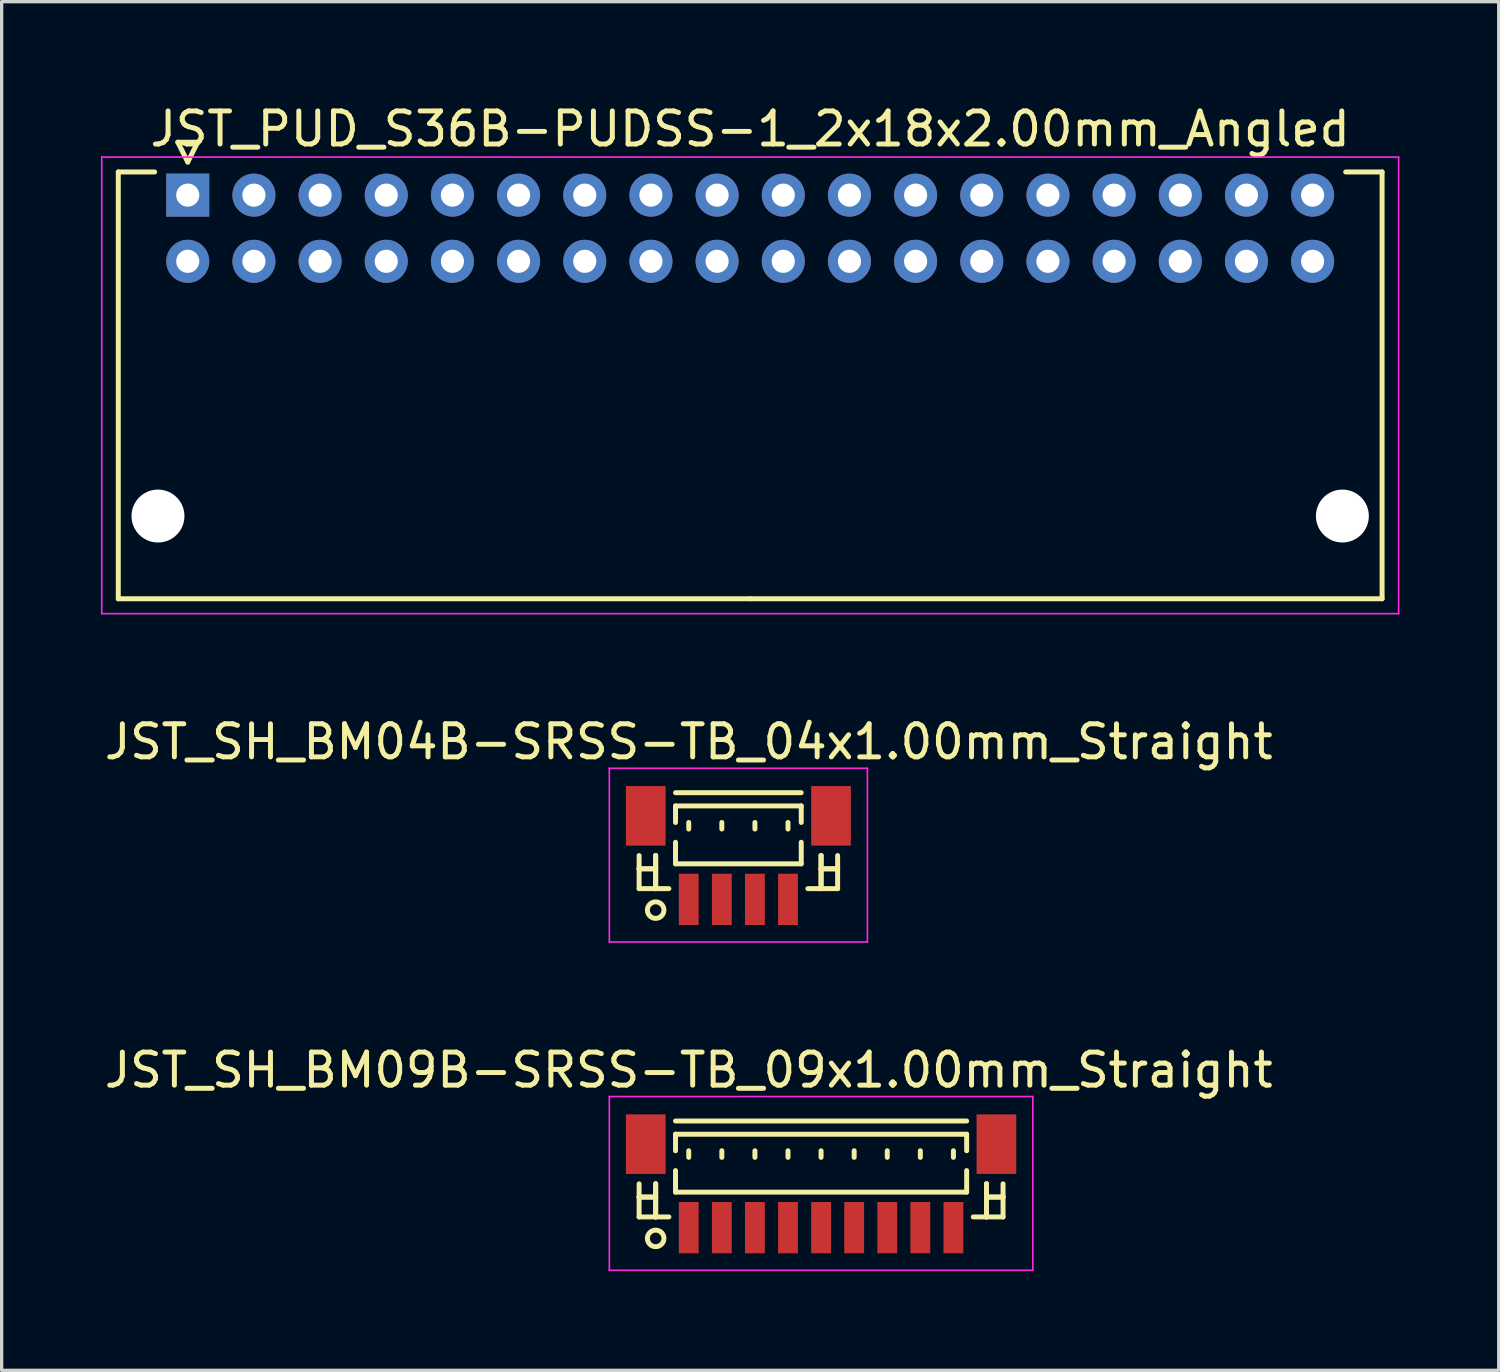
<source format=kicad_pcb>
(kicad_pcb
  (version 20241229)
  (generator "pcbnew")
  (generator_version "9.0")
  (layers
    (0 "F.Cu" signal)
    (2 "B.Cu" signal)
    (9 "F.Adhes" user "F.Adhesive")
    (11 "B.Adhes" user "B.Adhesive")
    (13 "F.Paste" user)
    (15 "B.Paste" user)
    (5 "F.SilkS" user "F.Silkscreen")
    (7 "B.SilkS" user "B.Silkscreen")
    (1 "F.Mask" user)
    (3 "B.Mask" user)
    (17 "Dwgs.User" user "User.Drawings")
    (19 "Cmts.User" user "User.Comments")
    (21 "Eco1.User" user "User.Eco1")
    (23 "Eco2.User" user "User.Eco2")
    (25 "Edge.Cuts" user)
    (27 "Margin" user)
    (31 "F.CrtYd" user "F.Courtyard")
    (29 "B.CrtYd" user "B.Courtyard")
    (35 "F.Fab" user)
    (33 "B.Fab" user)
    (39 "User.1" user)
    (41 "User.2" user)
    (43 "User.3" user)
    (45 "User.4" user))
  (footprint "JST_SH_BM04B-SRSS-TB_04x1.00mm_Straight"
    (layer "F.Cu")
    (at 19.268 22.872)
    (property "Reference" "JST_SH_BM04B-SRSS-TB_04x1.00mm_Straight" (at -1.5 -3.5 0) (layer "F.SilkS") (effects (font (size 1 1) (thickness 0.15))))
    (attr smd)
    (fp_line (start -3 -0.062) (end -3 0.938) (stroke (width 0.15) (type solid)) (layer "F.SilkS"))
    (fp_line (start -3 0.338) (end -3 0.338) (stroke (width 0.15) (type solid)) (layer "F.SilkS"))
    (fp_line (start -3 0.338) (end -2.5 0.338) (stroke (width 0.15) (type solid)) (layer "F.SilkS"))
    (fp_line (start -3 0.938) (end -2.1 0.938) (stroke (width 0.15) (type solid)) (layer "F.SilkS"))
    (fp_line (start -2.5 -0.062) (end -2.5 -0.062) (stroke (width 0.15) (type solid)) (layer "F.SilkS"))
    (fp_line (start -2.5 -0.062) (end -2.5 0.938) (stroke (width 0.15) (type solid)) (layer "F.SilkS"))
    (fp_line (start -2.5 0.338) (end -3 0.338) (stroke (width 0.15) (type solid)) (layer "F.SilkS"))
    (fp_line (start -2.5 0.338) (end -2.5 0.338) (stroke (width 0.15) (type solid)) (layer "F.SilkS"))
    (fp_line (start -2.5 0.938) (end -2.5 -0.062) (stroke (width 0.15) (type solid)) (layer "F.SilkS"))
    (fp_line (start -2.5 0.938) (end -2.5 0.938) (stroke (width 0.15) (type solid)) (layer "F.SilkS"))
    (fp_line (start -1.9 -1.962) (end 1.9 -1.962) (stroke (width 0.15) (type solid)) (layer "F.SilkS"))
    (fp_line (start -1.9 -1.562) (end 1.9 -1.562) (stroke (width 0.15) (type solid)) (layer "F.SilkS"))
    (fp_line (start -1.9 -1.062) (end -1.9 -1.562) (stroke (width 0.15) (type solid)) (layer "F.SilkS"))
    (fp_line (start -1.9 -0.463) (end -1.9 0.188) (stroke (width 0.15) (type solid)) (layer "F.SilkS"))
    (fp_line (start -1.9 0.188) (end 1.9 0.188) (stroke (width 0.15) (type solid)) (layer "F.SilkS"))
    (fp_line (start -1.5 -1.062) (end -1.5 -0.863) (stroke (width 0.15) (type solid)) (layer "F.SilkS"))
    (fp_line (start -0.5 -1.062) (end -0.5 -0.863) (stroke (width 0.15) (type solid)) (layer "F.SilkS"))
    (fp_line (start 0.5 -1.062) (end 0.5 -0.863) (stroke (width 0.15) (type solid)) (layer "F.SilkS"))
    (fp_line (start 1.5 -1.062) (end 1.5 -0.863) (stroke (width 0.15) (type solid)) (layer "F.SilkS"))
    (fp_line (start 1.9 -1.562) (end 1.9 -1.062) (stroke (width 0.15) (type solid)) (layer "F.SilkS"))
    (fp_line (start 1.9 0.188) (end 1.9 -0.463) (stroke (width 0.15) (type solid)) (layer "F.SilkS"))
    (fp_line (start 2.5 -0.062) (end 2.5 -0.062) (stroke (width 0.15) (type solid)) (layer "F.SilkS"))
    (fp_line (start 2.5 -0.062) (end 2.5 0.938) (stroke (width 0.15) (type solid)) (layer "F.SilkS"))
    (fp_line (start 2.5 0.338) (end 2.5 0.338) (stroke (width 0.15) (type solid)) (layer "F.SilkS"))
    (fp_line (start 2.5 0.338) (end 3 0.338) (stroke (width 0.15) (type solid)) (layer "F.SilkS"))
    (fp_line (start 2.5 0.938) (end 2.5 -0.062) (stroke (width 0.15) (type solid)) (layer "F.SilkS"))
    (fp_line (start 2.5 0.938) (end 2.5 0.938) (stroke (width 0.15) (type solid)) (layer "F.SilkS"))
    (fp_line (start 3 -0.062) (end 3 0.938) (stroke (width 0.15) (type solid)) (layer "F.SilkS"))
    (fp_line (start 3 0.338) (end 2.5 0.338) (stroke (width 0.15) (type solid)) (layer "F.SilkS"))
    (fp_line (start 3 0.338) (end 3 0.338) (stroke (width 0.15) (type solid)) (layer "F.SilkS"))
    (fp_line (start 3 0.938) (end 2.1 0.938) (stroke (width 0.15) (type solid)) (layer "F.SilkS"))
    (fp_circle (center -2.5 1.587) (end -2.25 1.587) (stroke (width 0.15) (type solid)) (fill no) (layer "F.SilkS"))
    (fp_line (start -3.9 -2.7) (end 3.9 -2.7) (stroke (width 0.05) (type solid)) (layer "F.CrtYd"))
    (fp_line (start -3.9 2.55) (end -3.9 -2.7) (stroke (width 0.05) (type solid)) (layer "F.CrtYd"))
    (fp_line (start 3.9 -2.7) (end 3.9 2.55) (stroke (width 0.05) (type solid)) (layer "F.CrtYd"))
    (fp_line (start 3.9 2.55) (end -3.9 2.55) (stroke (width 0.05) (type solid)) (layer "F.CrtYd"))
    (pad "" smd rect (at -2.8 -1.262) (size 1.2 1.8) (layers "F.Cu" "F.Mask" "F.Paste"))
    (pad "" smd rect (at 2.8 -1.262) (size 1.2 1.8) (layers "F.Cu" "F.Mask" "F.Paste"))
    (pad "1" smd rect (at -1.5 1.262) (size 0.6 1.55) (layers "F.Cu" "F.Mask" "F.Paste"))
    (pad "2" smd rect (at -0.5 1.262) (size 0.6 1.55) (layers "F.Cu" "F.Mask" "F.Paste"))
    (pad "3" smd rect (at 0.5 1.262) (size 0.6 1.55) (layers "F.Cu" "F.Mask" "F.Paste"))
    (pad "4" smd rect (at 1.5 1.262) (size 0.6 1.55) (layers "F.Cu" "F.Mask" "F.Paste")))
  (footprint "JST_SH_BM09B-SRSS-TB_09x1.00mm_Straight"
    (layer "F.Cu")
    (at 21.768 32.795)
    (property "Reference" "JST_SH_BM09B-SRSS-TB_09x1.00mm_Straight" (at -4 -3.5 0) (layer "F.SilkS") (effects (font (size 1 1) (thickness 0.15))))
    (attr smd)
    (fp_line (start -5.5 -0.062) (end -5.5 0.938) (stroke (width 0.15) (type solid)) (layer "F.SilkS"))
    (fp_line (start -5.5 0.338) (end -5.5 0.338) (stroke (width 0.15) (type solid)) (layer "F.SilkS"))
    (fp_line (start -5.5 0.338) (end -5 0.338) (stroke (width 0.15) (type solid)) (layer "F.SilkS"))
    (fp_line (start -5.5 0.938) (end -4.6 0.938) (stroke (width 0.15) (type solid)) (layer "F.SilkS"))
    (fp_line (start -5 -0.062) (end -5 -0.062) (stroke (width 0.15) (type solid)) (layer "F.SilkS"))
    (fp_line (start -5 -0.062) (end -5 0.938) (stroke (width 0.15) (type solid)) (layer "F.SilkS"))
    (fp_line (start -5 0.338) (end -5.5 0.338) (stroke (width 0.15) (type solid)) (layer "F.SilkS"))
    (fp_line (start -5 0.338) (end -5 0.338) (stroke (width 0.15) (type solid)) (layer "F.SilkS"))
    (fp_line (start -5 0.938) (end -5 -0.062) (stroke (width 0.15) (type solid)) (layer "F.SilkS"))
    (fp_line (start -5 0.938) (end -5 0.938) (stroke (width 0.15) (type solid)) (layer "F.SilkS"))
    (fp_line (start -4.4 -1.962) (end 4.4 -1.962) (stroke (width 0.15) (type solid)) (layer "F.SilkS"))
    (fp_line (start -4.4 -1.562) (end 4.4 -1.562) (stroke (width 0.15) (type solid)) (layer "F.SilkS"))
    (fp_line (start -4.4 -1.062) (end -4.4 -1.562) (stroke (width 0.15) (type solid)) (layer "F.SilkS"))
    (fp_line (start -4.4 -0.463) (end -4.4 0.188) (stroke (width 0.15) (type solid)) (layer "F.SilkS"))
    (fp_line (start -4.4 0.188) (end 4.4 0.188) (stroke (width 0.15) (type solid)) (layer "F.SilkS"))
    (fp_line (start -4 -1.062) (end -4 -0.863) (stroke (width 0.15) (type solid)) (layer "F.SilkS"))
    (fp_line (start -3 -1.062) (end -3 -0.863) (stroke (width 0.15) (type solid)) (layer "F.SilkS"))
    (fp_line (start -2 -1.062) (end -2 -0.863) (stroke (width 0.15) (type solid)) (layer "F.SilkS"))
    (fp_line (start -1 -1.062) (end -1 -0.863) (stroke (width 0.15) (type solid)) (layer "F.SilkS"))
    (fp_line (start 0 -1.062) (end 0 -0.863) (stroke (width 0.15) (type solid)) (layer "F.SilkS"))
    (fp_line (start 1 -1.062) (end 1 -0.863) (stroke (width 0.15) (type solid)) (layer "F.SilkS"))
    (fp_line (start 2 -1.062) (end 2 -0.863) (stroke (width 0.15) (type solid)) (layer "F.SilkS"))
    (fp_line (start 3 -1.062) (end 3 -0.863) (stroke (width 0.15) (type solid)) (layer "F.SilkS"))
    (fp_line (start 4 -1.062) (end 4 -0.863) (stroke (width 0.15) (type solid)) (layer "F.SilkS"))
    (fp_line (start 4.4 -1.562) (end 4.4 -1.062) (stroke (width 0.15) (type solid)) (layer "F.SilkS"))
    (fp_line (start 4.4 0.188) (end 4.4 -0.463) (stroke (width 0.15) (type solid)) (layer "F.SilkS"))
    (fp_line (start 5 -0.062) (end 5 -0.062) (stroke (width 0.15) (type solid)) (layer "F.SilkS"))
    (fp_line (start 5 -0.062) (end 5 0.938) (stroke (width 0.15) (type solid)) (layer "F.SilkS"))
    (fp_line (start 5 0.338) (end 5 0.338) (stroke (width 0.15) (type solid)) (layer "F.SilkS"))
    (fp_line (start 5 0.338) (end 5.5 0.338) (stroke (width 0.15) (type solid)) (layer "F.SilkS"))
    (fp_line (start 5 0.938) (end 5 -0.062) (stroke (width 0.15) (type solid)) (layer "F.SilkS"))
    (fp_line (start 5 0.938) (end 5 0.938) (stroke (width 0.15) (type solid)) (layer "F.SilkS"))
    (fp_line (start 5.5 -0.062) (end 5.5 0.938) (stroke (width 0.15) (type solid)) (layer "F.SilkS"))
    (fp_line (start 5.5 0.338) (end 5 0.338) (stroke (width 0.15) (type solid)) (layer "F.SilkS"))
    (fp_line (start 5.5 0.338) (end 5.5 0.338) (stroke (width 0.15) (type solid)) (layer "F.SilkS"))
    (fp_line (start 5.5 0.938) (end 4.6 0.938) (stroke (width 0.15) (type solid)) (layer "F.SilkS"))
    (fp_circle (center -5 1.587) (end -4.75 1.587) (stroke (width 0.15) (type solid)) (fill no) (layer "F.SilkS"))
    (fp_line (start -6.4 -2.7) (end 6.4 -2.7) (stroke (width 0.05) (type solid)) (layer "F.CrtYd"))
    (fp_line (start -6.4 2.55) (end -6.4 -2.7) (stroke (width 0.05) (type solid)) (layer "F.CrtYd"))
    (fp_line (start 6.4 -2.7) (end 6.4 2.55) (stroke (width 0.05) (type solid)) (layer "F.CrtYd"))
    (fp_line (start 6.4 2.55) (end -6.4 2.55) (stroke (width 0.05) (type solid)) (layer "F.CrtYd"))
    (pad "" smd rect (at -5.3 -1.262) (size 1.2 1.8) (layers "F.Cu" "F.Mask" "F.Paste"))
    (pad "" smd rect (at 5.3 -1.262) (size 1.2 1.8) (layers "F.Cu" "F.Mask" "F.Paste"))
    (pad "1" smd rect (at -4 1.262) (size 0.6 1.55) (layers "F.Cu" "F.Mask" "F.Paste"))
    (pad "2" smd rect (at -3 1.262) (size 0.6 1.55) (layers "F.Cu" "F.Mask" "F.Paste"))
    (pad "3" smd rect (at -2 1.262) (size 0.6 1.55) (layers "F.Cu" "F.Mask" "F.Paste"))
    (pad "4" smd rect (at -1 1.262) (size 0.6 1.55) (layers "F.Cu" "F.Mask" "F.Paste"))
    (pad "5" smd rect (at 0 1.262) (size 0.6 1.55) (layers "F.Cu" "F.Mask" "F.Paste"))
    (pad "6" smd rect (at 1 1.262) (size 0.6 1.55) (layers "F.Cu" "F.Mask" "F.Paste"))
    (pad "7" smd rect (at 2 1.262) (size 0.6 1.55) (layers "F.Cu" "F.Mask" "F.Paste"))
    (pad "8" smd rect (at 3 1.262) (size 0.6 1.55) (layers "F.Cu" "F.Mask" "F.Paste"))
    (pad "9" smd rect (at 4 1.262) (size 0.6 1.55) (layers "F.Cu" "F.Mask" "F.Paste")))
  (footprint "JST_PUD_S36B-PUDSS-1_2x18x2.00mm_Angled"
    (layer "F.Cu")
    (at 2.625 2.848)
    (property "Reference" "JST_PUD_S36B-PUDSS-1_2x18x2.00mm_Angled" (at 17 -2 0) (layer "F.SilkS") (effects (font (size 1 1) (thickness 0.15))))
    (attr through_hole)
    (fp_line (start -2.1 -0.7) (end -2.1 12.2) (stroke (width 0.15) (type solid)) (layer "F.SilkS"))
    (fp_line (start -2.1 12.2) (end 17 12.2) (stroke (width 0.15) (type solid)) (layer "F.SilkS"))
    (fp_line (start -1 -0.7) (end -2.1 -0.7) (stroke (width 0.15) (type solid)) (layer "F.SilkS"))
    (fp_line (start -0.3 -1.6) (end 0.3 -1.6) (stroke (width 0.15) (type solid)) (layer "F.SilkS"))
    (fp_line (start 0 -1) (end -0.3 -1.6) (stroke (width 0.15) (type solid)) (layer "F.SilkS"))
    (fp_line (start 0.3 -1.6) (end 0 -1) (stroke (width 0.15) (type solid)) (layer "F.SilkS"))
    (fp_line (start 35 -0.7) (end 36.1 -0.7) (stroke (width 0.15) (type solid)) (layer "F.SilkS"))
    (fp_line (start 36.1 -0.7) (end 36.1 12.2) (stroke (width 0.15) (type solid)) (layer "F.SilkS"))
    (fp_line (start 36.1 12.2) (end 17 12.2) (stroke (width 0.15) (type solid)) (layer "F.SilkS"))
    (fp_line (start -2.6 -1.15) (end -2.6 12.65) (stroke (width 0.05) (type solid)) (layer "F.CrtYd"))
    (fp_line (start -2.6 12.65) (end 36.6 12.65) (stroke (width 0.05) (type solid)) (layer "F.CrtYd"))
    (fp_line (start 36.6 -1.15) (end -2.6 -1.15) (stroke (width 0.05) (type solid)) (layer "F.CrtYd"))
    (fp_line (start 36.6 12.65) (end 36.6 -1.15) (stroke (width 0.05) (type solid)) (layer "F.CrtYd"))
    (pad "" np_thru_hole circle (at -0.9 9.7) (size 1.6 1.6) (drill 1.6) (layers "*.Cu"))
    (pad "" np_thru_hole circle (at 34.9 9.7) (size 1.6 1.6) (drill 1.6) (layers "*.Cu"))
    (pad "1" thru_hole rect (at 0 0) (size 1.3 1.3) (drill 0.7) (layers "*.Cu" "*.Mask"))
    (pad "2" thru_hole circle (at 0 2) (size 1.3 1.3) (drill 0.7) (layers "*.Cu" "*.Mask"))
    (pad "3" thru_hole circle (at 2 0) (size 1.3 1.3) (drill 0.7) (layers "*.Cu" "*.Mask"))
    (pad "4" thru_hole circle (at 2 2) (size 1.3 1.3) (drill 0.7) (layers "*.Cu" "*.Mask"))
    (pad "5" thru_hole circle (at 4 0) (size 1.3 1.3) (drill 0.7) (layers "*.Cu" "*.Mask"))
    (pad "6" thru_hole circle (at 4 2) (size 1.3 1.3) (drill 0.7) (layers "*.Cu" "*.Mask"))
    (pad "7" thru_hole circle (at 6 0) (size 1.3 1.3) (drill 0.7) (layers "*.Cu" "*.Mask"))
    (pad "8" thru_hole circle (at 6 2) (size 1.3 1.3) (drill 0.7) (layers "*.Cu" "*.Mask"))
    (pad "9" thru_hole circle (at 8 0) (size 1.3 1.3) (drill 0.7) (layers "*.Cu" "*.Mask"))
    (pad "10" thru_hole circle (at 8 2) (size 1.3 1.3) (drill 0.7) (layers "*.Cu" "*.Mask"))
    (pad "11" thru_hole circle (at 10 0) (size 1.3 1.3) (drill 0.7) (layers "*.Cu" "*.Mask"))
    (pad "12" thru_hole circle (at 10 2) (size 1.3 1.3) (drill 0.7) (layers "*.Cu" "*.Mask"))
    (pad "13" thru_hole circle (at 12 0) (size 1.3 1.3) (drill 0.7) (layers "*.Cu" "*.Mask"))
    (pad "14" thru_hole circle (at 12 2) (size 1.3 1.3) (drill 0.7) (layers "*.Cu" "*.Mask"))
    (pad "15" thru_hole circle (at 14 0) (size 1.3 1.3) (drill 0.7) (layers "*.Cu" "*.Mask"))
    (pad "16" thru_hole circle (at 14 2) (size 1.3 1.3) (drill 0.7) (layers "*.Cu" "*.Mask"))
    (pad "17" thru_hole circle (at 16 0) (size 1.3 1.3) (drill 0.7) (layers "*.Cu" "*.Mask"))
    (pad "18" thru_hole circle (at 16 2) (size 1.3 1.3) (drill 0.7) (layers "*.Cu" "*.Mask"))
    (pad "19" thru_hole circle (at 18 0) (size 1.3 1.3) (drill 0.7) (layers "*.Cu" "*.Mask"))
    (pad "20" thru_hole circle (at 18 2) (size 1.3 1.3) (drill 0.7) (layers "*.Cu" "*.Mask"))
    (pad "21" thru_hole circle (at 20 0) (size 1.3 1.3) (drill 0.7) (layers "*.Cu" "*.Mask"))
    (pad "22" thru_hole circle (at 20 2) (size 1.3 1.3) (drill 0.7) (layers "*.Cu" "*.Mask"))
    (pad "23" thru_hole circle (at 22 0) (size 1.3 1.3) (drill 0.7) (layers "*.Cu" "*.Mask"))
    (pad "24" thru_hole circle (at 22 2) (size 1.3 1.3) (drill 0.7) (layers "*.Cu" "*.Mask"))
    (pad "25" thru_hole circle (at 24 0) (size 1.3 1.3) (drill 0.7) (layers "*.Cu" "*.Mask"))
    (pad "26" thru_hole circle (at 24 2) (size 1.3 1.3) (drill 0.7) (layers "*.Cu" "*.Mask"))
    (pad "27" thru_hole circle (at 26 0) (size 1.3 1.3) (drill 0.7) (layers "*.Cu" "*.Mask"))
    (pad "28" thru_hole circle (at 26 2) (size 1.3 1.3) (drill 0.7) (layers "*.Cu" "*.Mask"))
    (pad "29" thru_hole circle (at 28 0) (size 1.3 1.3) (drill 0.7) (layers "*.Cu" "*.Mask"))
    (pad "30" thru_hole circle (at 28 2) (size 1.3 1.3) (drill 0.7) (layers "*.Cu" "*.Mask"))
    (pad "31" thru_hole circle (at 30 0) (size 1.3 1.3) (drill 0.7) (layers "*.Cu" "*.Mask"))
    (pad "32" thru_hole circle (at 30 2) (size 1.3 1.3) (drill 0.7) (layers "*.Cu" "*.Mask"))
    (pad "33" thru_hole circle (at 32 0) (size 1.3 1.3) (drill 0.7) (layers "*.Cu" "*.Mask"))
    (pad "34" thru_hole circle (at 32 2) (size 1.3 1.3) (drill 0.7) (layers "*.Cu" "*.Mask"))
    (pad "35" thru_hole circle (at 34 0) (size 1.3 1.3) (drill 0.7) (layers "*.Cu" "*.Mask"))
    (pad "36" thru_hole circle (at 34 2) (size 1.3 1.3) (drill 0.7) (layers "*.Cu" "*.Mask")))
  (gr_rect
    (start -3 -3)
    (end 42.25 38.37)
    (stroke (width 0.1) (type default))
    (fill no)
    (layer "Edge.Cuts")))
</source>
